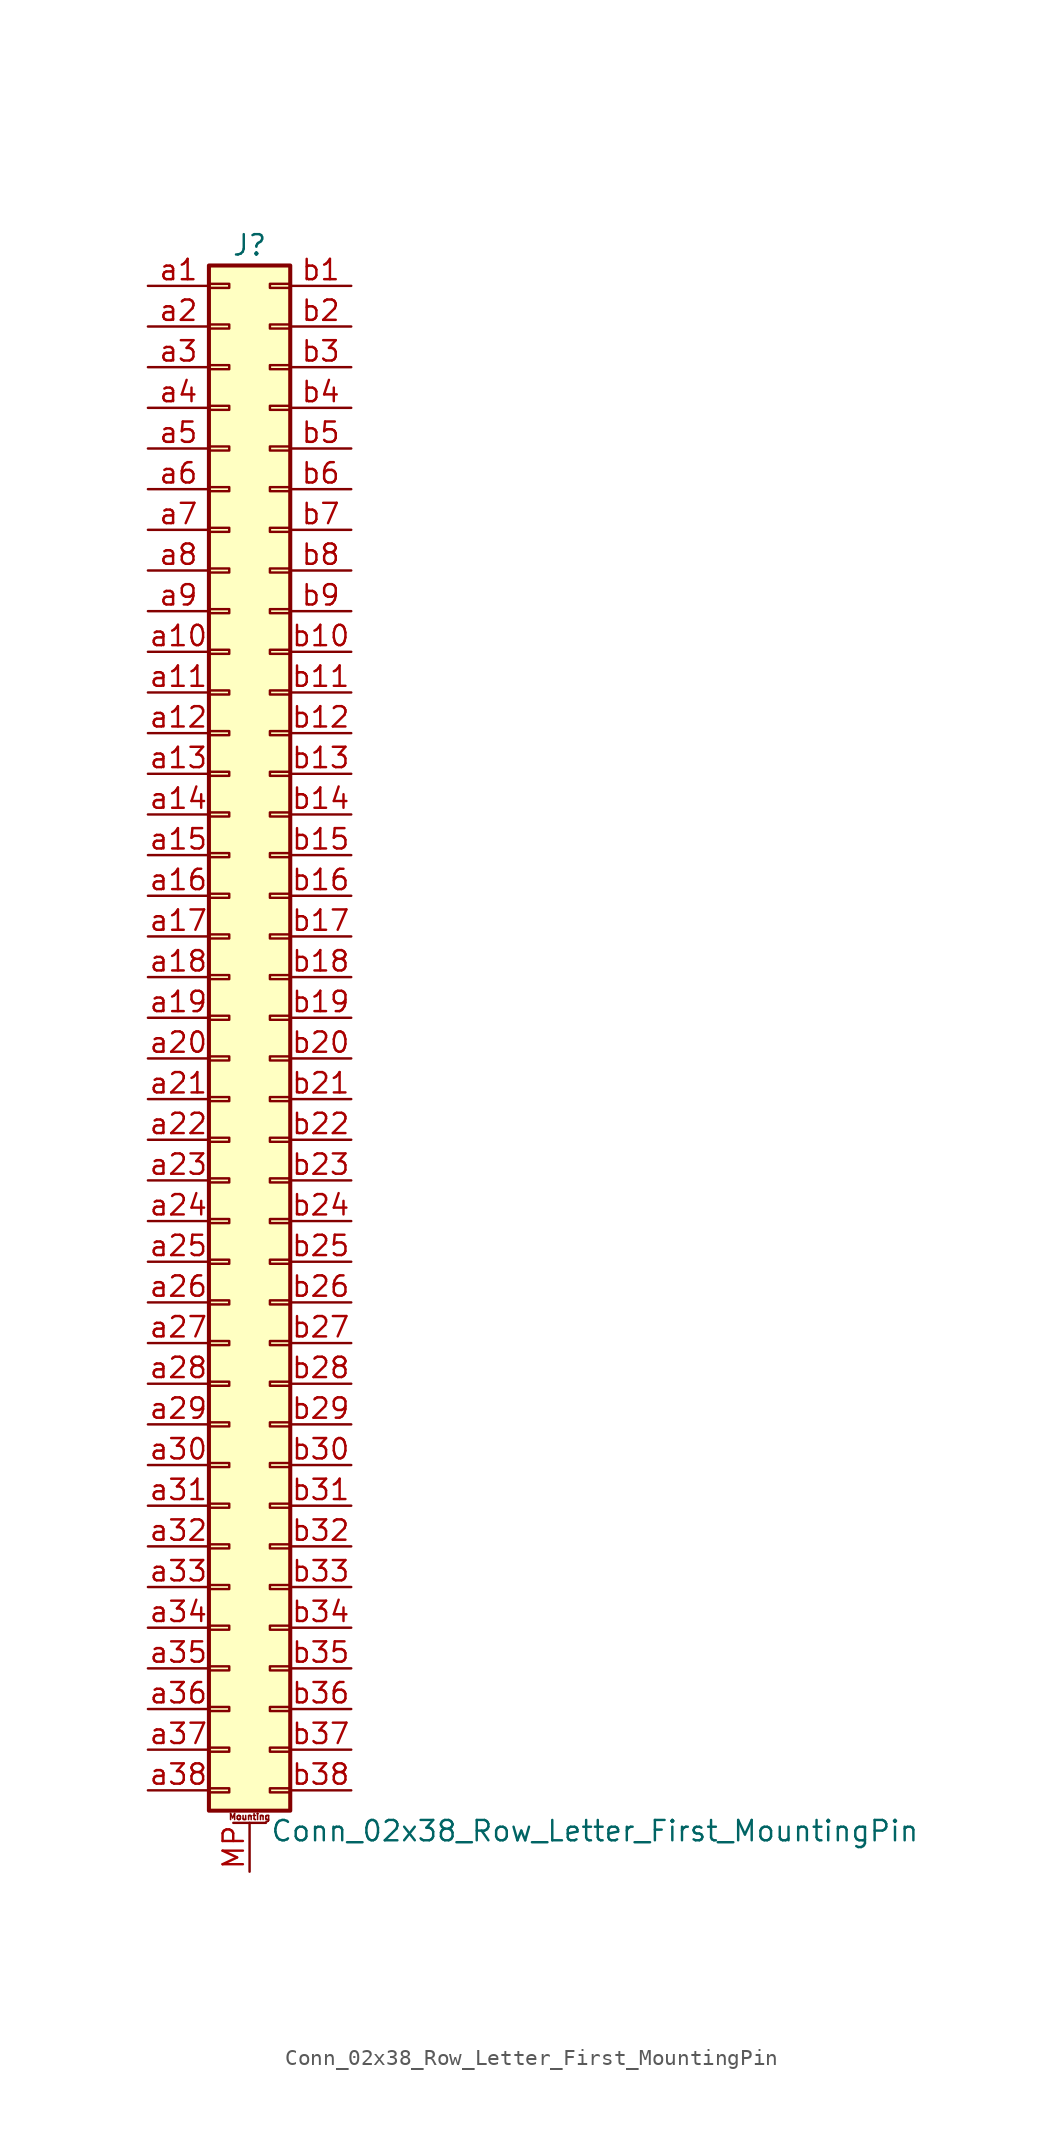
<source format=kicad_sym>
(kicad_symbol_lib
  (version 20201005)
  (generator kicad_symbol_editor)
  (symbol "Connector_Generic_MountingPin:Conn_02x38_Row_Letter_First_MountingPin"
    (pin_names
      (offset 1.016) hide)
    (property "Reference" "J"
      (at 1.27 48.26 0)
      (effects (font (size 1.27 1.27))))
    (property "Value" "Conn_02x38_Row_Letter_First_MountingPin"
      (at 2.54 -50.8 0)
      (effects (font (size 1.27 1.27)) (justify left)))
    (symbol "Conn_02x38_Row_Letter_First_MountingPin_1_1"
      (text "Mounting" (at 1.27 -49.911 0) (effects (font (size 0.381 0.381))))
      (rectangle (start -1.27 -27.813) (end 0 -28.067) (stroke (width 0.152)) (fill (type none)))
      (rectangle (start -1.27 -30.353) (end 0 -30.607) (stroke (width 0.152)) (fill (type none)))
      (rectangle (start -1.27 -32.893) (end 0 -33.147) (stroke (width 0.152)) (fill (type none)))
      (rectangle (start -1.27 -35.433) (end 0 -35.687) (stroke (width 0.152)) (fill (type none)))
      (rectangle (start -1.27 -37.973) (end 0 -38.227) (stroke (width 0.152)) (fill (type none)))
      (rectangle (start -1.27 -40.513) (end 0 -40.767) (stroke (width 0.152)) (fill (type none)))
      (rectangle (start -1.27 -43.053) (end 0 -43.307) (stroke (width 0.152)) (fill (type none)))
      (rectangle (start -1.27 -45.593) (end 0 -45.847) (stroke (width 0.152)) (fill (type none)))
      (rectangle (start -1.27 -48.133) (end 0 -48.387) (stroke (width 0.152)) (fill (type none)))
      (rectangle (start -1.27 -4.953) (end 0 -5.207) (stroke (width 0.152)) (fill (type none)))
      (rectangle (start -1.27 -7.493) (end 0 -7.747) (stroke (width 0.152)) (fill (type none)))
      (rectangle (start -1.27 -10.033) (end 0 -10.287) (stroke (width 0.152)) (fill (type none)))
      (rectangle (start -1.27 -12.573) (end 0 -12.827) (stroke (width 0.152)) (fill (type none)))
      (rectangle (start -1.27 -15.113) (end 0 -15.367) (stroke (width 0.152)) (fill (type none)))
      (rectangle (start -1.27 -17.653) (end 0 -17.907) (stroke (width 0.152)) (fill (type none)))
      (rectangle (start -1.27 -20.193) (end 0 -20.447) (stroke (width 0.152)) (fill (type none)))
      (rectangle (start -1.27 -22.733) (end 0 -22.987) (stroke (width 0.152)) (fill (type none)))
      (rectangle (start -1.27 -2.413) (end 0 -2.667) (stroke (width 0.152)) (fill (type none)))
      (rectangle (start -1.27 -25.273) (end 0 -25.527) (stroke (width 0.152)) (fill (type none)))
      (rectangle (start -1.27 25.527) (end 0 25.273) (stroke (width 0.152)) (fill (type none)))
      (rectangle (start -1.27 2.667) (end 0 2.413) (stroke (width 0.152)) (fill (type none)))
      (rectangle (start -1.27 28.067) (end 0 27.813) (stroke (width 0.152)) (fill (type none)))
      (rectangle (start -1.27 30.607) (end 0 30.353) (stroke (width 0.152)) (fill (type none)))
      (rectangle (start -1.27 33.147) (end 0 32.893) (stroke (width 0.152)) (fill (type none)))
      (rectangle (start -1.27 35.687) (end 0 35.433) (stroke (width 0.152)) (fill (type none)))
      (rectangle (start -1.27 38.227) (end 0 37.973) (stroke (width 0.152)) (fill (type none)))
      (rectangle (start -1.27 40.767) (end 0 40.513) (stroke (width 0.152)) (fill (type none)))
      (rectangle (start -1.27 43.307) (end 0 43.053) (stroke (width 0.152)) (fill (type none)))
      (rectangle (start -1.27 45.847) (end 0 45.593) (stroke (width 0.152)) (fill (type none)))
      (rectangle (start -1.27 46.99) (end 3.81 -49.53) (stroke (width 0.254)) (fill (type background)))
      (rectangle (start -1.27 5.207) (end 0 4.953) (stroke (width 0.152)) (fill (type none)))
      (rectangle (start -1.27 7.747) (end 0 7.493) (stroke (width 0.152)) (fill (type none)))
      (rectangle (start -1.27 10.287) (end 0 10.033) (stroke (width 0.152)) (fill (type none)))
      (rectangle (start -1.27 0.127) (end 0 -0.127) (stroke (width 0.152)) (fill (type none)))
      (rectangle (start -1.27 12.827) (end 0 12.573) (stroke (width 0.152)) (fill (type none)))
      (rectangle (start -1.27 15.367) (end 0 15.113) (stroke (width 0.152)) (fill (type none)))
      (rectangle (start -1.27 17.907) (end 0 17.653) (stroke (width 0.152)) (fill (type none)))
      (rectangle (start -1.27 20.447) (end 0 20.193) (stroke (width 0.152)) (fill (type none)))
      (rectangle (start -1.27 22.987) (end 0 22.733) (stroke (width 0.152)) (fill (type none)))
      (rectangle (start 3.81 -27.813) (end 2.54 -28.067) (stroke (width 0.152)) (fill (type none)))
      (rectangle (start 3.81 -30.353) (end 2.54 -30.607) (stroke (width 0.152)) (fill (type none)))
      (rectangle (start 3.81 -32.893) (end 2.54 -33.147) (stroke (width 0.152)) (fill (type none)))
      (rectangle (start 3.81 -35.433) (end 2.54 -35.687) (stroke (width 0.152)) (fill (type none)))
      (rectangle (start 3.81 -37.973) (end 2.54 -38.227) (stroke (width 0.152)) (fill (type none)))
      (rectangle (start 3.81 -40.513) (end 2.54 -40.767) (stroke (width 0.152)) (fill (type none)))
      (rectangle (start 3.81 -43.053) (end 2.54 -43.307) (stroke (width 0.152)) (fill (type none)))
      (rectangle (start 3.81 -45.593) (end 2.54 -45.847) (stroke (width 0.152)) (fill (type none)))
      (rectangle (start 3.81 -48.133) (end 2.54 -48.387) (stroke (width 0.152)) (fill (type none)))
      (rectangle (start 3.81 -4.953) (end 2.54 -5.207) (stroke (width 0.152)) (fill (type none)))
      (rectangle (start 3.81 -7.493) (end 2.54 -7.747) (stroke (width 0.152)) (fill (type none)))
      (rectangle (start 3.81 -10.033) (end 2.54 -10.287) (stroke (width 0.152)) (fill (type none)))
      (rectangle (start 3.81 -12.573) (end 2.54 -12.827) (stroke (width 0.152)) (fill (type none)))
      (rectangle (start 3.81 -15.113) (end 2.54 -15.367) (stroke (width 0.152)) (fill (type none)))
      (rectangle (start 3.81 -17.653) (end 2.54 -17.907) (stroke (width 0.152)) (fill (type none)))
      (rectangle (start 3.81 -20.193) (end 2.54 -20.447) (stroke (width 0.152)) (fill (type none)))
      (rectangle (start 3.81 -22.733) (end 2.54 -22.987) (stroke (width 0.152)) (fill (type none)))
      (rectangle (start 3.81 -2.413) (end 2.54 -2.667) (stroke (width 0.152)) (fill (type none)))
      (rectangle (start 3.81 -25.273) (end 2.54 -25.527) (stroke (width 0.152)) (fill (type none)))
      (rectangle (start 3.81 25.527) (end 2.54 25.273) (stroke (width 0.152)) (fill (type none)))
      (rectangle (start 3.81 2.667) (end 2.54 2.413) (stroke (width 0.152)) (fill (type none)))
      (rectangle (start 3.81 28.067) (end 2.54 27.813) (stroke (width 0.152)) (fill (type none)))
      (rectangle (start 3.81 30.607) (end 2.54 30.353) (stroke (width 0.152)) (fill (type none)))
      (rectangle (start 3.81 33.147) (end 2.54 32.893) (stroke (width 0.152)) (fill (type none)))
      (rectangle (start 3.81 35.687) (end 2.54 35.433) (stroke (width 0.152)) (fill (type none)))
      (rectangle (start 3.81 38.227) (end 2.54 37.973) (stroke (width 0.152)) (fill (type none)))
      (rectangle (start 3.81 40.767) (end 2.54 40.513) (stroke (width 0.152)) (fill (type none)))
      (rectangle (start 3.81 43.307) (end 2.54 43.053) (stroke (width 0.152)) (fill (type none)))
      (rectangle (start 3.81 45.847) (end 2.54 45.593) (stroke (width 0.152)) (fill (type none)))
      (rectangle (start 3.81 5.207) (end 2.54 4.953) (stroke (width 0.152)) (fill (type none)))
      (rectangle (start 3.81 7.747) (end 2.54 7.493) (stroke (width 0.152)) (fill (type none)))
      (rectangle (start 3.81 10.287) (end 2.54 10.033) (stroke (width 0.152)) (fill (type none)))
      (rectangle (start 3.81 0.127) (end 2.54 -0.127) (stroke (width 0.152)) (fill (type none)))
      (rectangle (start 3.81 12.827) (end 2.54 12.573) (stroke (width 0.152)) (fill (type none)))
      (rectangle (start 3.81 15.367) (end 2.54 15.113) (stroke (width 0.152)) (fill (type none)))
      (rectangle (start 3.81 17.907) (end 2.54 17.653) (stroke (width 0.152)) (fill (type none)))
      (rectangle (start 3.81 20.447) (end 2.54 20.193) (stroke (width 0.152)) (fill (type none)))
      (rectangle (start 3.81 22.987) (end 2.54 22.733) (stroke (width 0.152)) (fill (type none)))
      (polyline (pts (xy 0.254 -50.292) (xy 2.286 -50.292)) (stroke (width 0.152)) (fill (type none)))
      (pin passive line (at 1.27 -53.34 90) (length 3.048) (name "MountPin" (effects (font (size 1.27 1.27)))) (number "MP" (effects (font (size 1.27 1.27)))))
      (pin passive line (at -5.08 45.72 0) (length 3.81) (name "Pin_a1" (effects (font (size 1.27 1.27)))) (number "a1" (effects (font (size 1.27 1.27)))))
      (pin passive line (at -5.08 22.86 0) (length 3.81) (name "Pin_a10" (effects (font (size 1.27 1.27)))) (number "a10" (effects (font (size 1.27 1.27)))))
      (pin passive line (at -5.08 20.32 0) (length 3.81) (name "Pin_a11" (effects (font (size 1.27 1.27)))) (number "a11" (effects (font (size 1.27 1.27)))))
      (pin passive line (at -5.08 17.78 0) (length 3.81) (name "Pin_a12" (effects (font (size 1.27 1.27)))) (number "a12" (effects (font (size 1.27 1.27)))))
      (pin passive line (at -5.08 15.24 0) (length 3.81) (name "Pin_a13" (effects (font (size 1.27 1.27)))) (number "a13" (effects (font (size 1.27 1.27)))))
      (pin passive line (at -5.08 12.7 0) (length 3.81) (name "Pin_a14" (effects (font (size 1.27 1.27)))) (number "a14" (effects (font (size 1.27 1.27)))))
      (pin passive line (at -5.08 10.16 0) (length 3.81) (name "Pin_a15" (effects (font (size 1.27 1.27)))) (number "a15" (effects (font (size 1.27 1.27)))))
      (pin passive line (at -5.08 7.62 0) (length 3.81) (name "Pin_a16" (effects (font (size 1.27 1.27)))) (number "a16" (effects (font (size 1.27 1.27)))))
      (pin passive line (at -5.08 5.08 0) (length 3.81) (name "Pin_a17" (effects (font (size 1.27 1.27)))) (number "a17" (effects (font (size 1.27 1.27)))))
      (pin passive line (at -5.08 2.54 0) (length 3.81) (name "Pin_a18" (effects (font (size 1.27 1.27)))) (number "a18" (effects (font (size 1.27 1.27)))))
      (pin passive line (at -5.08 0 0) (length 3.81) (name "Pin_a19" (effects (font (size 1.27 1.27)))) (number "a19" (effects (font (size 1.27 1.27)))))
      (pin passive line (at -5.08 43.18 0) (length 3.81) (name "Pin_a2" (effects (font (size 1.27 1.27)))) (number "a2" (effects (font (size 1.27 1.27)))))
      (pin passive line (at -5.08 -2.54 0) (length 3.81) (name "Pin_a20" (effects (font (size 1.27 1.27)))) (number "a20" (effects (font (size 1.27 1.27)))))
      (pin passive line (at -5.08 -5.08 0) (length 3.81) (name "Pin_a21" (effects (font (size 1.27 1.27)))) (number "a21" (effects (font (size 1.27 1.27)))))
      (pin passive line (at -5.08 -7.62 0) (length 3.81) (name "Pin_a22" (effects (font (size 1.27 1.27)))) (number "a22" (effects (font (size 1.27 1.27)))))
      (pin passive line (at -5.08 -10.16 0) (length 3.81) (name "Pin_a23" (effects (font (size 1.27 1.27)))) (number "a23" (effects (font (size 1.27 1.27)))))
      (pin passive line (at -5.08 -12.7 0) (length 3.81) (name "Pin_a24" (effects (font (size 1.27 1.27)))) (number "a24" (effects (font (size 1.27 1.27)))))
      (pin passive line (at -5.08 -15.24 0) (length 3.81) (name "Pin_a25" (effects (font (size 1.27 1.27)))) (number "a25" (effects (font (size 1.27 1.27)))))
      (pin passive line (at -5.08 -17.78 0) (length 3.81) (name "Pin_a26" (effects (font (size 1.27 1.27)))) (number "a26" (effects (font (size 1.27 1.27)))))
      (pin passive line (at -5.08 -20.32 0) (length 3.81) (name "Pin_a27" (effects (font (size 1.27 1.27)))) (number "a27" (effects (font (size 1.27 1.27)))))
      (pin passive line (at -5.08 -22.86 0) (length 3.81) (name "Pin_a28" (effects (font (size 1.27 1.27)))) (number "a28" (effects (font (size 1.27 1.27)))))
      (pin passive line (at -5.08 -25.4 0) (length 3.81) (name "Pin_a29" (effects (font (size 1.27 1.27)))) (number "a29" (effects (font (size 1.27 1.27)))))
      (pin passive line (at -5.08 40.64 0) (length 3.81) (name "Pin_a3" (effects (font (size 1.27 1.27)))) (number "a3" (effects (font (size 1.27 1.27)))))
      (pin passive line (at -5.08 -27.94 0) (length 3.81) (name "Pin_a30" (effects (font (size 1.27 1.27)))) (number "a30" (effects (font (size 1.27 1.27)))))
      (pin passive line (at -5.08 -30.48 0) (length 3.81) (name "Pin_a31" (effects (font (size 1.27 1.27)))) (number "a31" (effects (font (size 1.27 1.27)))))
      (pin passive line (at -5.08 -33.02 0) (length 3.81) (name "Pin_a32" (effects (font (size 1.27 1.27)))) (number "a32" (effects (font (size 1.27 1.27)))))
      (pin passive line (at -5.08 -35.56 0) (length 3.81) (name "Pin_a33" (effects (font (size 1.27 1.27)))) (number "a33" (effects (font (size 1.27 1.27)))))
      (pin passive line (at -5.08 -38.1 0) (length 3.81) (name "Pin_a34" (effects (font (size 1.27 1.27)))) (number "a34" (effects (font (size 1.27 1.27)))))
      (pin passive line (at -5.08 -40.64 0) (length 3.81) (name "Pin_a35" (effects (font (size 1.27 1.27)))) (number "a35" (effects (font (size 1.27 1.27)))))
      (pin passive line (at -5.08 -43.18 0) (length 3.81) (name "Pin_a36" (effects (font (size 1.27 1.27)))) (number "a36" (effects (font (size 1.27 1.27)))))
      (pin passive line (at -5.08 -45.72 0) (length 3.81) (name "Pin_a37" (effects (font (size 1.27 1.27)))) (number "a37" (effects (font (size 1.27 1.27)))))
      (pin passive line (at -5.08 -48.26 0) (length 3.81) (name "Pin_a38" (effects (font (size 1.27 1.27)))) (number "a38" (effects (font (size 1.27 1.27)))))
      (pin passive line (at -5.08 38.1 0) (length 3.81) (name "Pin_a4" (effects (font (size 1.27 1.27)))) (number "a4" (effects (font (size 1.27 1.27)))))
      (pin passive line (at -5.08 35.56 0) (length 3.81) (name "Pin_a5" (effects (font (size 1.27 1.27)))) (number "a5" (effects (font (size 1.27 1.27)))))
      (pin passive line (at -5.08 33.02 0) (length 3.81) (name "Pin_a6" (effects (font (size 1.27 1.27)))) (number "a6" (effects (font (size 1.27 1.27)))))
      (pin passive line (at -5.08 30.48 0) (length 3.81) (name "Pin_a7" (effects (font (size 1.27 1.27)))) (number "a7" (effects (font (size 1.27 1.27)))))
      (pin passive line (at -5.08 27.94 0) (length 3.81) (name "Pin_a8" (effects (font (size 1.27 1.27)))) (number "a8" (effects (font (size 1.27 1.27)))))
      (pin passive line (at -5.08 25.4 0) (length 3.81) (name "Pin_a9" (effects (font (size 1.27 1.27)))) (number "a9" (effects (font (size 1.27 1.27)))))
      (pin passive line (at 7.62 45.72 180) (length 3.81) (name "Pin_b1" (effects (font (size 1.27 1.27)))) (number "b1" (effects (font (size 1.27 1.27)))))
      (pin passive line (at 7.62 22.86 180) (length 3.81) (name "Pin_b10" (effects (font (size 1.27 1.27)))) (number "b10" (effects (font (size 1.27 1.27)))))
      (pin passive line (at 7.62 20.32 180) (length 3.81) (name "Pin_b11" (effects (font (size 1.27 1.27)))) (number "b11" (effects (font (size 1.27 1.27)))))
      (pin passive line (at 7.62 17.78 180) (length 3.81) (name "Pin_b12" (effects (font (size 1.27 1.27)))) (number "b12" (effects (font (size 1.27 1.27)))))
      (pin passive line (at 7.62 15.24 180) (length 3.81) (name "Pin_b13" (effects (font (size 1.27 1.27)))) (number "b13" (effects (font (size 1.27 1.27)))))
      (pin passive line (at 7.62 12.7 180) (length 3.81) (name "Pin_b14" (effects (font (size 1.27 1.27)))) (number "b14" (effects (font (size 1.27 1.27)))))
      (pin passive line (at 7.62 10.16 180) (length 3.81) (name "Pin_b15" (effects (font (size 1.27 1.27)))) (number "b15" (effects (font (size 1.27 1.27)))))
      (pin passive line (at 7.62 7.62 180) (length 3.81) (name "Pin_b16" (effects (font (size 1.27 1.27)))) (number "b16" (effects (font (size 1.27 1.27)))))
      (pin passive line (at 7.62 5.08 180) (length 3.81) (name "Pin_b17" (effects (font (size 1.27 1.27)))) (number "b17" (effects (font (size 1.27 1.27)))))
      (pin passive line (at 7.62 2.54 180) (length 3.81) (name "Pin_b18" (effects (font (size 1.27 1.27)))) (number "b18" (effects (font (size 1.27 1.27)))))
      (pin passive line (at 7.62 0 180) (length 3.81) (name "Pin_b19" (effects (font (size 1.27 1.27)))) (number "b19" (effects (font (size 1.27 1.27)))))
      (pin passive line (at 7.62 43.18 180) (length 3.81) (name "Pin_b2" (effects (font (size 1.27 1.27)))) (number "b2" (effects (font (size 1.27 1.27)))))
      (pin passive line (at 7.62 -2.54 180) (length 3.81) (name "Pin_b20" (effects (font (size 1.27 1.27)))) (number "b20" (effects (font (size 1.27 1.27)))))
      (pin passive line (at 7.62 -5.08 180) (length 3.81) (name "Pin_b21" (effects (font (size 1.27 1.27)))) (number "b21" (effects (font (size 1.27 1.27)))))
      (pin passive line (at 7.62 -7.62 180) (length 3.81) (name "Pin_b22" (effects (font (size 1.27 1.27)))) (number "b22" (effects (font (size 1.27 1.27)))))
      (pin passive line (at 7.62 -10.16 180) (length 3.81) (name "Pin_b23" (effects (font (size 1.27 1.27)))) (number "b23" (effects (font (size 1.27 1.27)))))
      (pin passive line (at 7.62 -12.7 180) (length 3.81) (name "Pin_b24" (effects (font (size 1.27 1.27)))) (number "b24" (effects (font (size 1.27 1.27)))))
      (pin passive line (at 7.62 -15.24 180) (length 3.81) (name "Pin_b25" (effects (font (size 1.27 1.27)))) (number "b25" (effects (font (size 1.27 1.27)))))
      (pin passive line (at 7.62 -17.78 180) (length 3.81) (name "Pin_b26" (effects (font (size 1.27 1.27)))) (number "b26" (effects (font (size 1.27 1.27)))))
      (pin passive line (at 7.62 -20.32 180) (length 3.81) (name "Pin_b27" (effects (font (size 1.27 1.27)))) (number "b27" (effects (font (size 1.27 1.27)))))
      (pin passive line (at 7.62 -22.86 180) (length 3.81) (name "Pin_b28" (effects (font (size 1.27 1.27)))) (number "b28" (effects (font (size 1.27 1.27)))))
      (pin passive line (at 7.62 -25.4 180) (length 3.81) (name "Pin_b29" (effects (font (size 1.27 1.27)))) (number "b29" (effects (font (size 1.27 1.27)))))
      (pin passive line (at 7.62 40.64 180) (length 3.81) (name "Pin_b3" (effects (font (size 1.27 1.27)))) (number "b3" (effects (font (size 1.27 1.27)))))
      (pin passive line (at 7.62 -27.94 180) (length 3.81) (name "Pin_b30" (effects (font (size 1.27 1.27)))) (number "b30" (effects (font (size 1.27 1.27)))))
      (pin passive line (at 7.62 -30.48 180) (length 3.81) (name "Pin_b31" (effects (font (size 1.27 1.27)))) (number "b31" (effects (font (size 1.27 1.27)))))
      (pin passive line (at 7.62 -33.02 180) (length 3.81) (name "Pin_b32" (effects (font (size 1.27 1.27)))) (number "b32" (effects (font (size 1.27 1.27)))))
      (pin passive line (at 7.62 -35.56 180) (length 3.81) (name "Pin_b33" (effects (font (size 1.27 1.27)))) (number "b33" (effects (font (size 1.27 1.27)))))
      (pin passive line (at 7.62 -38.1 180) (length 3.81) (name "Pin_b34" (effects (font (size 1.27 1.27)))) (number "b34" (effects (font (size 1.27 1.27)))))
      (pin passive line (at 7.62 -40.64 180) (length 3.81) (name "Pin_b35" (effects (font (size 1.27 1.27)))) (number "b35" (effects (font (size 1.27 1.27)))))
      (pin passive line (at 7.62 -43.18 180) (length 3.81) (name "Pin_b36" (effects (font (size 1.27 1.27)))) (number "b36" (effects (font (size 1.27 1.27)))))
      (pin passive line (at 7.62 -45.72 180) (length 3.81) (name "Pin_b37" (effects (font (size 1.27 1.27)))) (number "b37" (effects (font (size 1.27 1.27)))))
      (pin passive line (at 7.62 -48.26 180) (length 3.81) (name "Pin_b38" (effects (font (size 1.27 1.27)))) (number "b38" (effects (font (size 1.27 1.27)))))
      (pin passive line (at 7.62 38.1 180) (length 3.81) (name "Pin_b4" (effects (font (size 1.27 1.27)))) (number "b4" (effects (font (size 1.27 1.27)))))
      (pin passive line (at 7.62 35.56 180) (length 3.81) (name "Pin_b5" (effects (font (size 1.27 1.27)))) (number "b5" (effects (font (size 1.27 1.27)))))
      (pin passive line (at 7.62 33.02 180) (length 3.81) (name "Pin_b6" (effects (font (size 1.27 1.27)))) (number "b6" (effects (font (size 1.27 1.27)))))
      (pin passive line (at 7.62 30.48 180) (length 3.81) (name "Pin_b7" (effects (font (size 1.27 1.27)))) (number "b7" (effects (font (size 1.27 1.27)))))
      (pin passive line (at 7.62 27.94 180) (length 3.81) (name "Pin_b8" (effects (font (size 1.27 1.27)))) (number "b8" (effects (font (size 1.27 1.27)))))
      (pin passive line (at 7.62 25.4 180) (length 3.81) (name "Pin_b9" (effects (font (size 1.27 1.27)))) (number "b9" (effects (font (size 1.27 1.27))))))))
</source>
